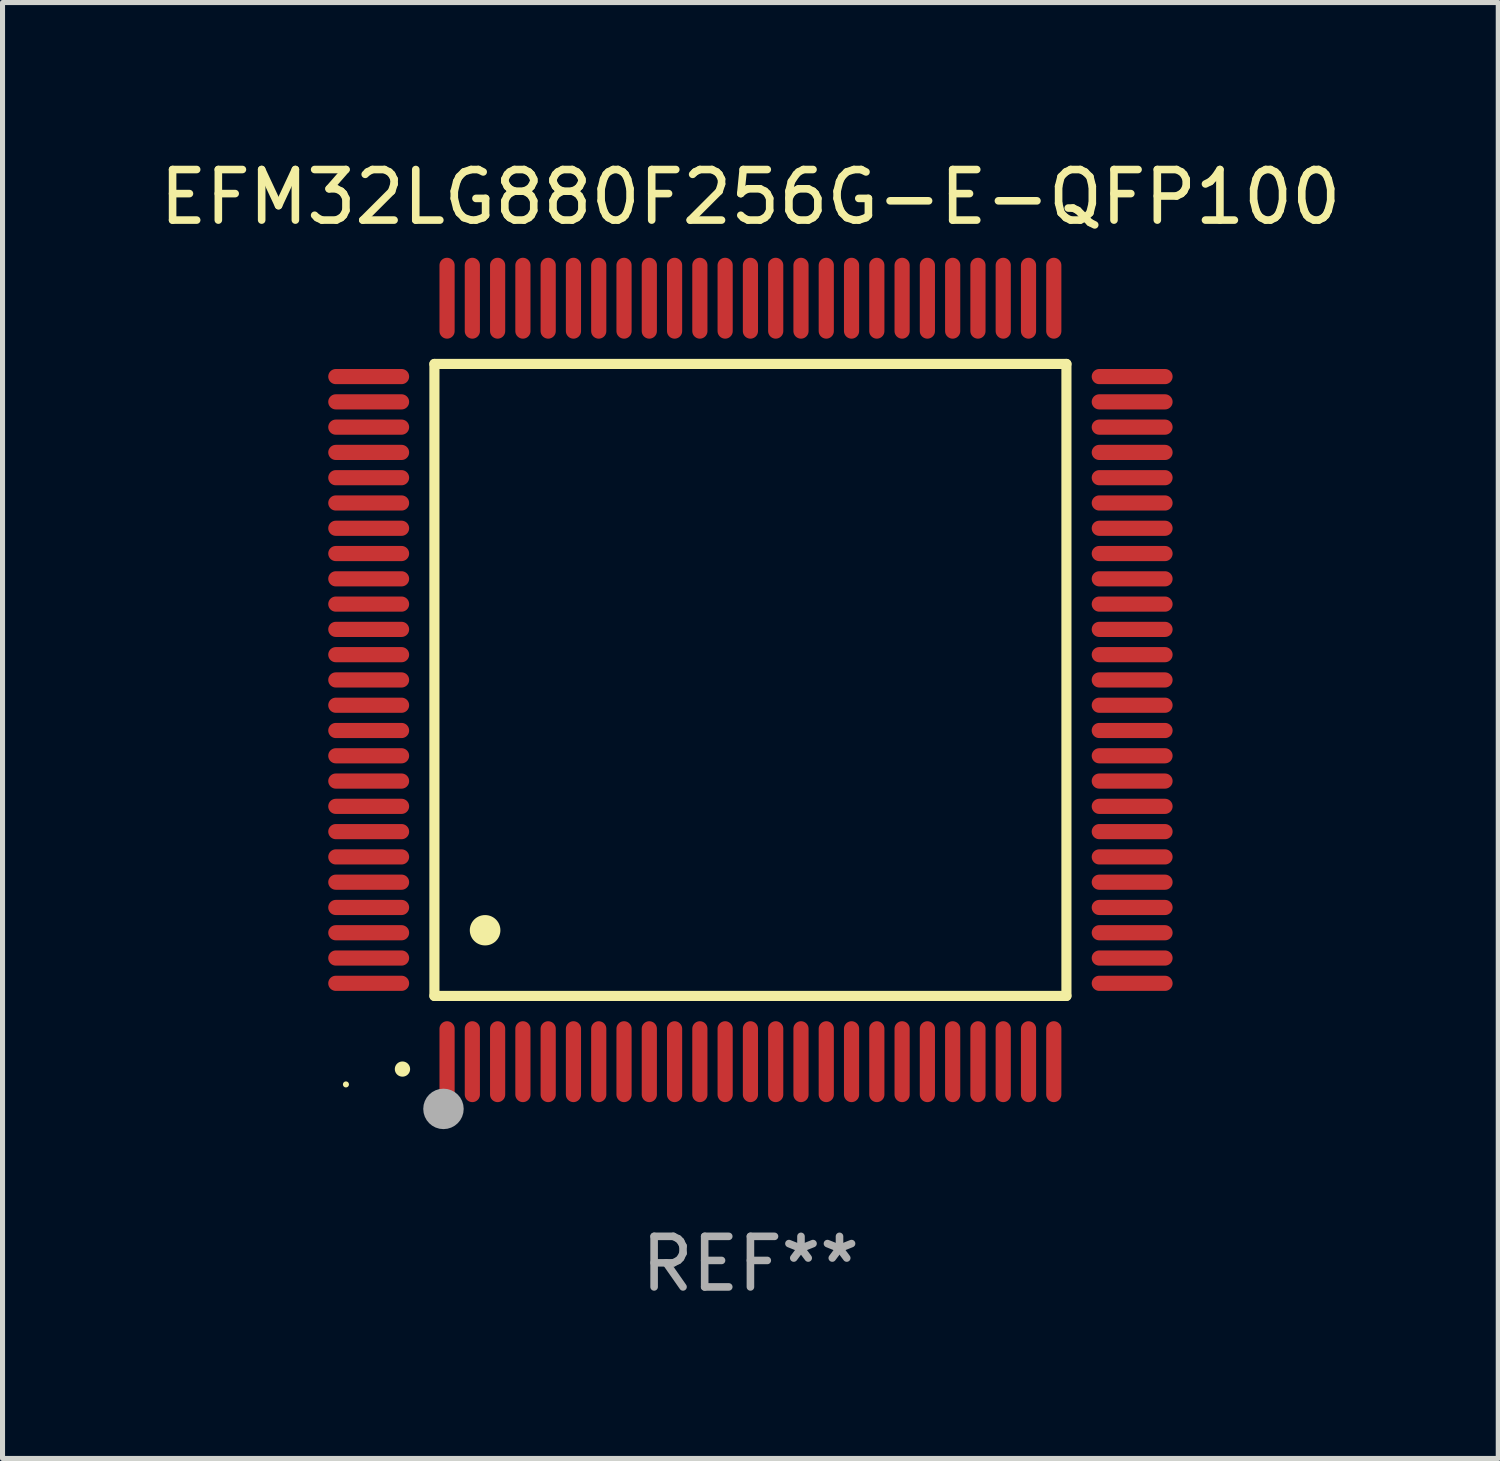
<source format=kicad_pcb>
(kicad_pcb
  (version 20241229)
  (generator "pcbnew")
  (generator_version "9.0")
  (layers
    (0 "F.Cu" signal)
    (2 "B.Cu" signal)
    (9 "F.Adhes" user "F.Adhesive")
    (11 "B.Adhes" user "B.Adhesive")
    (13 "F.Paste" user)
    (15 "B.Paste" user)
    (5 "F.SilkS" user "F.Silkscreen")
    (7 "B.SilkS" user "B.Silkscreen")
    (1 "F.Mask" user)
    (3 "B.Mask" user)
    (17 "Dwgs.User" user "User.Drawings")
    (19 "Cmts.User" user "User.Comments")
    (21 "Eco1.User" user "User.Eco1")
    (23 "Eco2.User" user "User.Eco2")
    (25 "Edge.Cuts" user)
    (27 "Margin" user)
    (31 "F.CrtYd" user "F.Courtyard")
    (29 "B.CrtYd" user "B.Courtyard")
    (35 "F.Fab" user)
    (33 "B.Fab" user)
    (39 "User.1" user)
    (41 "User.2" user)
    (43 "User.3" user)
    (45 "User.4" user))
  (footprint "EFM32LG880F256G-E-QFP100"
    (layer "F.Cu")
    (at 11.792 10.398)
    (property "Reference" "EFM32LG880F256G-E-QFP100" (at 0 -9.55 0) (layer "F.SilkS") (effects (font (size 1 1) (thickness 0.15))))
    (attr through_hole)
    (fp_line (start -6.25 -6.25) (end -6.25 6.25) (stroke (width 0.2) (type solid)) (layer "F.SilkS"))
    (fp_line (start -6.25 6.25) (end 6.25 6.25) (stroke (width 0.2) (type solid)) (layer "F.SilkS"))
    (fp_line (start 6.25 -6.25) (end -6.25 -6.25) (stroke (width 0.2) (type solid)) (layer "F.SilkS"))
    (fp_line (start 6.25 6.25) (end 6.25 -6.25) (stroke (width 0.2) (type solid)) (layer "F.SilkS"))
    (fp_arc (start -6.883414 7.696215) (mid -6.882144 7.69621) (end -6.880874 7.696215) (stroke (width 0.3) (type solid)) (layer "F.SilkS"))
    (fp_arc (start -5.250191 4.95047) (mid -5.247651 4.950459) (end -5.245111 4.95047) (stroke (width 0.6) (type solid)) (layer "F.SilkS"))
    (fp_circle (center -8 8) (end -7.97 8) (stroke (width 0.06) (type solid)) (fill no) (layer "F.SilkS"))
    (fp_circle (center -6.071 8.484) (end -5.871 8.484) (stroke (width 0.4) (type solid)) (fill no) (layer "F.Fab"))
    (fp_text user "REF**" (at 0 11.55 0) (layer "F.Fab") (effects (font (size 1 1) (thickness 0.15))))
    (pad "1" smd oval (at -6 7.55) (size 0.3 1.6) (layers "F.Cu" "F.Mask" "F.Paste"))
    (pad "2" smd oval (at -5.5 7.55) (size 0.3 1.6) (layers "F.Cu" "F.Mask" "F.Paste"))
    (pad "3" smd oval (at -5 7.55) (size 0.3 1.6) (layers "F.Cu" "F.Mask" "F.Paste"))
    (pad "4" smd oval (at -4.5 7.55) (size 0.3 1.6) (layers "F.Cu" "F.Mask" "F.Paste"))
    (pad "5" smd oval (at -4 7.55) (size 0.3 1.6) (layers "F.Cu" "F.Mask" "F.Paste"))
    (pad "6" smd oval (at -3.5 7.55) (size 0.3 1.6) (layers "F.Cu" "F.Mask" "F.Paste"))
    (pad "7" smd oval (at -3 7.55) (size 0.3 1.6) (layers "F.Cu" "F.Mask" "F.Paste"))
    (pad "8" smd oval (at -2.5 7.55) (size 0.3 1.6) (layers "F.Cu" "F.Mask" "F.Paste"))
    (pad "9" smd oval (at -2 7.55) (size 0.3 1.6) (layers "F.Cu" "F.Mask" "F.Paste"))
    (pad "10" smd oval (at -1.5 7.55) (size 0.3 1.6) (layers "F.Cu" "F.Mask" "F.Paste"))
    (pad "11" smd oval (at -1 7.55) (size 0.3 1.6) (layers "F.Cu" "F.Mask" "F.Paste"))
    (pad "12" smd oval (at -0.5 7.55) (size 0.3 1.6) (layers "F.Cu" "F.Mask" "F.Paste"))
    (pad "13" smd oval (at 0 7.55) (size 0.3 1.6) (layers "F.Cu" "F.Mask" "F.Paste"))
    (pad "14" smd oval (at 0.5 7.55) (size 0.3 1.6) (layers "F.Cu" "F.Mask" "F.Paste"))
    (pad "15" smd oval (at 1 7.55) (size 0.3 1.6) (layers "F.Cu" "F.Mask" "F.Paste"))
    (pad "16" smd oval (at 1.5 7.55) (size 0.3 1.6) (layers "F.Cu" "F.Mask" "F.Paste"))
    (pad "17" smd oval (at 2 7.55) (size 0.3 1.6) (layers "F.Cu" "F.Mask" "F.Paste"))
    (pad "18" smd oval (at 2.5 7.55) (size 0.3 1.6) (layers "F.Cu" "F.Mask" "F.Paste"))
    (pad "19" smd oval (at 3 7.55) (size 0.3 1.6) (layers "F.Cu" "F.Mask" "F.Paste"))
    (pad "20" smd oval (at 3.5 7.55) (size 0.3 1.6) (layers "F.Cu" "F.Mask" "F.Paste"))
    (pad "21" smd oval (at 4 7.55) (size 0.3 1.6) (layers "F.Cu" "F.Mask" "F.Paste"))
    (pad "22" smd oval (at 4.5 7.55) (size 0.3 1.6) (layers "F.Cu" "F.Mask" "F.Paste"))
    (pad "23" smd oval (at 5 7.55) (size 0.3 1.6) (layers "F.Cu" "F.Mask" "F.Paste"))
    (pad "24" smd oval (at 5.5 7.55) (size 0.3 1.6) (layers "F.Cu" "F.Mask" "F.Paste"))
    (pad "25" smd oval (at 6 7.55) (size 0.3 1.6) (layers "F.Cu" "F.Mask" "F.Paste"))
    (pad "26" smd oval (at 7.55 6) (size 1.6 0.3) (layers "F.Cu" "F.Mask" "F.Paste"))
    (pad "27" smd oval (at 7.55 5.5) (size 1.6 0.3) (layers "F.Cu" "F.Mask" "F.Paste"))
    (pad "28" smd oval (at 7.55 5) (size 1.6 0.3) (layers "F.Cu" "F.Mask" "F.Paste"))
    (pad "29" smd oval (at 7.55 4.5) (size 1.6 0.3) (layers "F.Cu" "F.Mask" "F.Paste"))
    (pad "30" smd oval (at 7.55 4) (size 1.6 0.3) (layers "F.Cu" "F.Mask" "F.Paste"))
    (pad "31" smd oval (at 7.55 3.5) (size 1.6 0.3) (layers "F.Cu" "F.Mask" "F.Paste"))
    (pad "32" smd oval (at 7.55 3) (size 1.6 0.3) (layers "F.Cu" "F.Mask" "F.Paste"))
    (pad "33" smd oval (at 7.55 2.5) (size 1.6 0.3) (layers "F.Cu" "F.Mask" "F.Paste"))
    (pad "34" smd oval (at 7.55 2) (size 1.6 0.3) (layers "F.Cu" "F.Mask" "F.Paste"))
    (pad "35" smd oval (at 7.55 1.5) (size 1.6 0.3) (layers "F.Cu" "F.Mask" "F.Paste"))
    (pad "36" smd oval (at 7.55 1) (size 1.6 0.3) (layers "F.Cu" "F.Mask" "F.Paste"))
    (pad "37" smd oval (at 7.55 0.5) (size 1.6 0.3) (layers "F.Cu" "F.Mask" "F.Paste"))
    (pad "38" smd oval (at 7.55 0) (size 1.6 0.3) (layers "F.Cu" "F.Mask" "F.Paste"))
    (pad "39" smd oval (at 7.55 -0.5) (size 1.6 0.3) (layers "F.Cu" "F.Mask" "F.Paste"))
    (pad "40" smd oval (at 7.55 -1) (size 1.6 0.3) (layers "F.Cu" "F.Mask" "F.Paste"))
    (pad "41" smd oval (at 7.55 -1.5) (size 1.6 0.3) (layers "F.Cu" "F.Mask" "F.Paste"))
    (pad "42" smd oval (at 7.55 -2) (size 1.6 0.3) (layers "F.Cu" "F.Mask" "F.Paste"))
    (pad "43" smd oval (at 7.55 -2.5) (size 1.6 0.3) (layers "F.Cu" "F.Mask" "F.Paste"))
    (pad "44" smd oval (at 7.55 -3) (size 1.6 0.3) (layers "F.Cu" "F.Mask" "F.Paste"))
    (pad "45" smd oval (at 7.55 -3.5) (size 1.6 0.3) (layers "F.Cu" "F.Mask" "F.Paste"))
    (pad "46" smd oval (at 7.55 -4) (size 1.6 0.3) (layers "F.Cu" "F.Mask" "F.Paste"))
    (pad "47" smd oval (at 7.55 -4.5) (size 1.6 0.3) (layers "F.Cu" "F.Mask" "F.Paste"))
    (pad "48" smd oval (at 7.55 -5) (size 1.6 0.3) (layers "F.Cu" "F.Mask" "F.Paste"))
    (pad "49" smd oval (at 7.55 -5.5) (size 1.6 0.3) (layers "F.Cu" "F.Mask" "F.Paste"))
    (pad "50" smd oval (at 7.55 -6) (size 1.6 0.3) (layers "F.Cu" "F.Mask" "F.Paste"))
    (pad "51" smd oval (at 6 -7.55) (size 0.3 1.6) (layers "F.Cu" "F.Mask" "F.Paste"))
    (pad "52" smd oval (at 5.5 -7.55) (size 0.3 1.6) (layers "F.Cu" "F.Mask" "F.Paste"))
    (pad "53" smd oval (at 5 -7.55) (size 0.3 1.6) (layers "F.Cu" "F.Mask" "F.Paste"))
    (pad "54" smd oval (at 4.5 -7.55) (size 0.3 1.6) (layers "F.Cu" "F.Mask" "F.Paste"))
    (pad "55" smd oval (at 4 -7.55) (size 0.3 1.6) (layers "F.Cu" "F.Mask" "F.Paste"))
    (pad "56" smd oval (at 3.5 -7.55) (size 0.3 1.6) (layers "F.Cu" "F.Mask" "F.Paste"))
    (pad "57" smd oval (at 3 -7.55) (size 0.3 1.6) (layers "F.Cu" "F.Mask" "F.Paste"))
    (pad "58" smd oval (at 2.5 -7.55) (size 0.3 1.6) (layers "F.Cu" "F.Mask" "F.Paste"))
    (pad "59" smd oval (at 2 -7.55) (size 0.3 1.6) (layers "F.Cu" "F.Mask" "F.Paste"))
    (pad "60" smd oval (at 1.5 -7.55) (size 0.3 1.6) (layers "F.Cu" "F.Mask" "F.Paste"))
    (pad "61" smd oval (at 1 -7.55) (size 0.3 1.6) (layers "F.Cu" "F.Mask" "F.Paste"))
    (pad "62" smd oval (at 0.5 -7.55) (size 0.3 1.6) (layers "F.Cu" "F.Mask" "F.Paste"))
    (pad "63" smd oval (at 0 -7.55) (size 0.3 1.6) (layers "F.Cu" "F.Mask" "F.Paste"))
    (pad "64" smd oval (at -0.5 -7.55) (size 0.3 1.6) (layers "F.Cu" "F.Mask" "F.Paste"))
    (pad "65" smd oval (at -1 -7.55) (size 0.3 1.6) (layers "F.Cu" "F.Mask" "F.Paste"))
    (pad "66" smd oval (at -1.5 -7.55) (size 0.3 1.6) (layers "F.Cu" "F.Mask" "F.Paste"))
    (pad "67" smd oval (at -2 -7.55) (size 0.3 1.6) (layers "F.Cu" "F.Mask" "F.Paste"))
    (pad "68" smd oval (at -2.5 -7.55) (size 0.3 1.6) (layers "F.Cu" "F.Mask" "F.Paste"))
    (pad "69" smd oval (at -3 -7.55) (size 0.3 1.6) (layers "F.Cu" "F.Mask" "F.Paste"))
    (pad "70" smd oval (at -3.5 -7.55) (size 0.3 1.6) (layers "F.Cu" "F.Mask" "F.Paste"))
    (pad "71" smd oval (at -4 -7.55) (size 0.3 1.6) (layers "F.Cu" "F.Mask" "F.Paste"))
    (pad "72" smd oval (at -4.5 -7.55) (size 0.3 1.6) (layers "F.Cu" "F.Mask" "F.Paste"))
    (pad "73" smd oval (at -5 -7.55) (size 0.3 1.6) (layers "F.Cu" "F.Mask" "F.Paste"))
    (pad "74" smd oval (at -5.5 -7.55) (size 0.3 1.6) (layers "F.Cu" "F.Mask" "F.Paste"))
    (pad "75" smd oval (at -6 -7.55) (size 0.3 1.6) (layers "F.Cu" "F.Mask" "F.Paste"))
    (pad "76" smd oval (at -7.55 -6) (size 1.6 0.3) (layers "F.Cu" "F.Mask" "F.Paste"))
    (pad "77" smd oval (at -7.55 -5.5) (size 1.6 0.3) (layers "F.Cu" "F.Mask" "F.Paste"))
    (pad "78" smd oval (at -7.55 -5) (size 1.6 0.3) (layers "F.Cu" "F.Mask" "F.Paste"))
    (pad "79" smd oval (at -7.55 -4.5) (size 1.6 0.3) (layers "F.Cu" "F.Mask" "F.Paste"))
    (pad "80" smd oval (at -7.55 -4) (size 1.6 0.3) (layers "F.Cu" "F.Mask" "F.Paste"))
    (pad "81" smd oval (at -7.55 -3.5) (size 1.6 0.3) (layers "F.Cu" "F.Mask" "F.Paste"))
    (pad "82" smd oval (at -7.55 -3) (size 1.6 0.3) (layers "F.Cu" "F.Mask" "F.Paste"))
    (pad "83" smd oval (at -7.55 -2.5) (size 1.6 0.3) (layers "F.Cu" "F.Mask" "F.Paste"))
    (pad "84" smd oval (at -7.55 -2) (size 1.6 0.3) (layers "F.Cu" "F.Mask" "F.Paste"))
    (pad "85" smd oval (at -7.55 -1.5) (size 1.6 0.3) (layers "F.Cu" "F.Mask" "F.Paste"))
    (pad "86" smd oval (at -7.55 -1) (size 1.6 0.3) (layers "F.Cu" "F.Mask" "F.Paste"))
    (pad "87" smd oval (at -7.55 -0.5) (size 1.6 0.3) (layers "F.Cu" "F.Mask" "F.Paste"))
    (pad "88" smd oval (at -7.55 0) (size 1.6 0.3) (layers "F.Cu" "F.Mask" "F.Paste"))
    (pad "89" smd oval (at -7.55 0.5) (size 1.6 0.3) (layers "F.Cu" "F.Mask" "F.Paste"))
    (pad "90" smd oval (at -7.55 1) (size 1.6 0.3) (layers "F.Cu" "F.Mask" "F.Paste"))
    (pad "91" smd oval (at -7.55 1.5) (size 1.6 0.3) (layers "F.Cu" "F.Mask" "F.Paste"))
    (pad "92" smd oval (at -7.55 2) (size 1.6 0.3) (layers "F.Cu" "F.Mask" "F.Paste"))
    (pad "93" smd oval (at -7.55 2.5) (size 1.6 0.3) (layers "F.Cu" "F.Mask" "F.Paste"))
    (pad "94" smd oval (at -7.55 3) (size 1.6 0.3) (layers "F.Cu" "F.Mask" "F.Paste"))
    (pad "95" smd oval (at -7.55 3.5) (size 1.6 0.3) (layers "F.Cu" "F.Mask" "F.Paste"))
    (pad "96" smd oval (at -7.55 4) (size 1.6 0.3) (layers "F.Cu" "F.Mask" "F.Paste"))
    (pad "97" smd oval (at -7.55 4.5) (size 1.6 0.3) (layers "F.Cu" "F.Mask" "F.Paste"))
    (pad "98" smd oval (at -7.55 5) (size 1.6 0.3) (layers "F.Cu" "F.Mask" "F.Paste"))
    (pad "99" smd oval (at -7.55 5.5) (size 1.6 0.3) (layers "F.Cu" "F.Mask" "F.Paste"))
    (pad "100" smd oval (at -7.55 6) (size 1.6 0.3) (layers "F.Cu" "F.Mask" "F.Paste")))
  (gr_rect
    (start -3 -3)
    (end 26.583 25.796)
    (stroke (width 0.1) (type default))
    (fill no)
    (layer "Edge.Cuts")))
</source>
